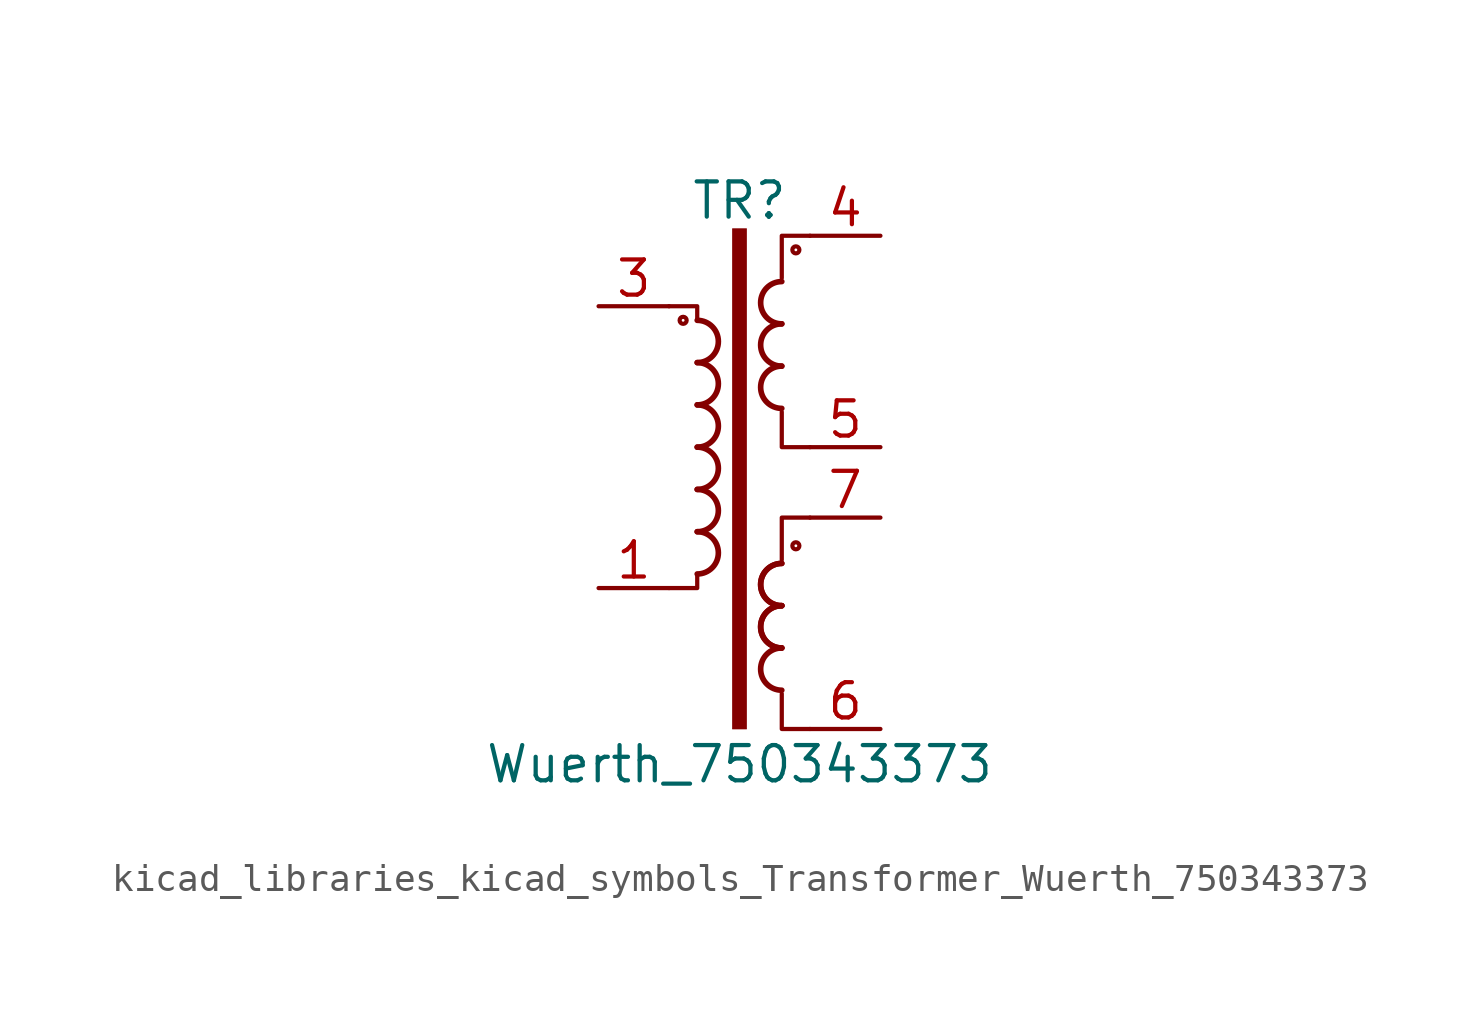
<source format=kicad_sym>
(kicad_symbol_lib
  (version 20220914)
  (generator kicad_symbol_editor)
  (symbol "kicad_libraries_kicad_symbols_Transformer_Wuerth_750343373"
    (property "Reference" "TR"
      (at 0 8.89 0)
      (effects (font (size 1.27 1.27))))
    (property "Value" "Wuerth_750343373"
      (at 0 -11.43 0)
      (effects (font (size 1.27 1.27))))
    (symbol "kicad_libraries_kicad_symbols_Transformer_Wuerth_750343373_0_1"
      (circle (center -2.032 4.572) (radius 0.127) (stroke (width 0) (type default)) (fill (type none)))
      (arc (start -1.524 -4.572) (mid -0.7653 -3.81) (end -1.524 -3.048) (stroke (width 0.2032) (type default)) (fill (type none)))
      (arc (start -1.524 -3.048) (mid -0.7653 -2.286) (end -1.524 -1.524) (stroke (width 0.2032) (type default)) (fill (type none)))
      (arc (start -1.524 -1.524) (mid -0.7653 -0.762) (end -1.524 0) (stroke (width 0.2032) (type default)) (fill (type none)))
      (arc (start -1.524 0) (mid -0.7653 0.762) (end -1.524 1.524) (stroke (width 0.2032) (type default)) (fill (type none)))
      (arc (start -1.524 1.524) (mid -0.7653 2.286) (end -1.524 3.048) (stroke (width 0.2032) (type default)) (fill (type none)))
      (arc (start -1.524 3.048) (mid -0.7653 3.81) (end -1.524 4.572) (stroke (width 0.2032) (type default)) (fill (type none)))
      (rectangle (start -0.254 7.874) (end 0.254 -10.16) (stroke (width 0.025) (type default)) (fill (type outline)))
      (polyline (pts (xy -1.524 -4.572) (xy -1.524 -5.08) (xy -2.54 -5.08)) (stroke (width 0) (type default)) (fill (type none)))
      (polyline (pts (xy -1.524 4.572) (xy -1.524 5.08) (xy -2.54 5.08)) (stroke (width 0) (type default)) (fill (type none)))
      (polyline (pts (xy 1.524 -8.89) (xy 1.524 -10.16) (xy 2.54 -10.16)) (stroke (width 0) (type default)) (fill (type none)))
      (polyline (pts (xy 2.54 -2.54) (xy 1.524 -2.54) (xy 1.524 -4.064)) (stroke (width 0) (type default)) (fill (type none)))
      (polyline (pts (xy 2.54 0) (xy 1.524 0) (xy 1.524 1.27)) (stroke (width 0) (type default)) (fill (type none)))
      (polyline (pts (xy 2.54 7.62) (xy 1.524 7.62) (xy 1.524 6.096)) (stroke (width 0) (type default)) (fill (type none)))
      (arc (start 1.524 -7.239) (mid 0.7653 -8.001) (end 1.524 -8.763) (stroke (width 0.2032) (type default)) (fill (type none)))
      (arc (start 1.524 -5.715) (mid 0.7653 -6.477) (end 1.524 -7.239) (stroke (width 0.2032) (type default)) (fill (type none)))
      (arc (start 1.524 -5.715) (mid 0.7653 -6.477) (end 1.524 -7.239) (stroke (width 0.2032) (type default)) (fill (type none)))
      (arc (start 1.524 -4.191) (mid 0.7653 -4.953) (end 1.524 -5.715) (stroke (width 0.2032) (type default)) (fill (type none)))
      (arc (start 1.524 -4.191) (mid 0.7653 -4.953) (end 1.524 -5.715) (stroke (width 0.2032) (type default)) (fill (type none)))
      (arc (start 1.524 2.921) (mid 0.7653 2.159) (end 1.524 1.397) (stroke (width 0.2032) (type default)) (fill (type none)))
      (arc (start 1.524 4.445) (mid 0.7653 3.683) (end 1.524 2.921) (stroke (width 0.2032) (type default)) (fill (type none)))
      (arc (start 1.524 5.969) (mid 0.7653 5.207) (end 1.524 4.445) (stroke (width 0.2032) (type default)) (fill (type none)))
      (circle (center 2.032 -3.556) (radius 0.127) (stroke (width 0) (type default)) (fill (type none)))
      (circle (center 2.032 7.112) (radius 0.127) (stroke (width 0) (type default)) (fill (type none))))
    (symbol "kicad_libraries_kicad_symbols_Transformer_Wuerth_750343373_1_1"
      (pin passive line (at -5.08 -5.08 0) (length 2.54) (name "~" (effects (font (size 1.27 1.27)))) (number "1" (effects (font (size 1.27 1.27)))))
      (pin no_connect line (at 0 -7.62 0) (length 2.54) hide (name "~" (effects (font (size 1.27 1.27)))) (number "10" (effects (font (size 1.27 1.27)))))
      (pin no_connect line (at 0 2.54 180) (length 2.54) hide (name "~" (effects (font (size 1.27 1.27)))) (number "2" (effects (font (size 1.27 1.27)))))
      (pin passive line (at -5.08 5.08 0) (length 2.54) (name "~" (effects (font (size 1.27 1.27)))) (number "3" (effects (font (size 1.27 1.27)))))
      (pin passive line (at 5.08 7.62 180) (length 2.54) (name "~" (effects (font (size 1.27 1.27)))) (number "4" (effects (font (size 1.27 1.27)))))
      (pin passive line (at 5.08 0 180) (length 2.54) (name "~" (effects (font (size 1.27 1.27)))) (number "5" (effects (font (size 1.27 1.27)))))
      (pin passive line (at 5.08 -10.16 180) (length 2.54) (name "~" (effects (font (size 1.27 1.27)))) (number "6" (effects (font (size 1.27 1.27)))))
      (pin passive line (at 5.08 -2.54 180) (length 2.54) (name "~" (effects (font (size 1.27 1.27)))) (number "7" (effects (font (size 1.27 1.27)))))
      (pin no_connect line (at 0 0 180) (length 2.54) hide (name "~" (effects (font (size 1.27 1.27)))) (number "8" (effects (font (size 1.27 1.27)))))
      (pin no_connect line (at 0 -2.54 180) (length 2.54) hide (name "~" (effects (font (size 1.27 1.27)))) (number "9" (effects (font (size 1.27 1.27))))))))
</source>
